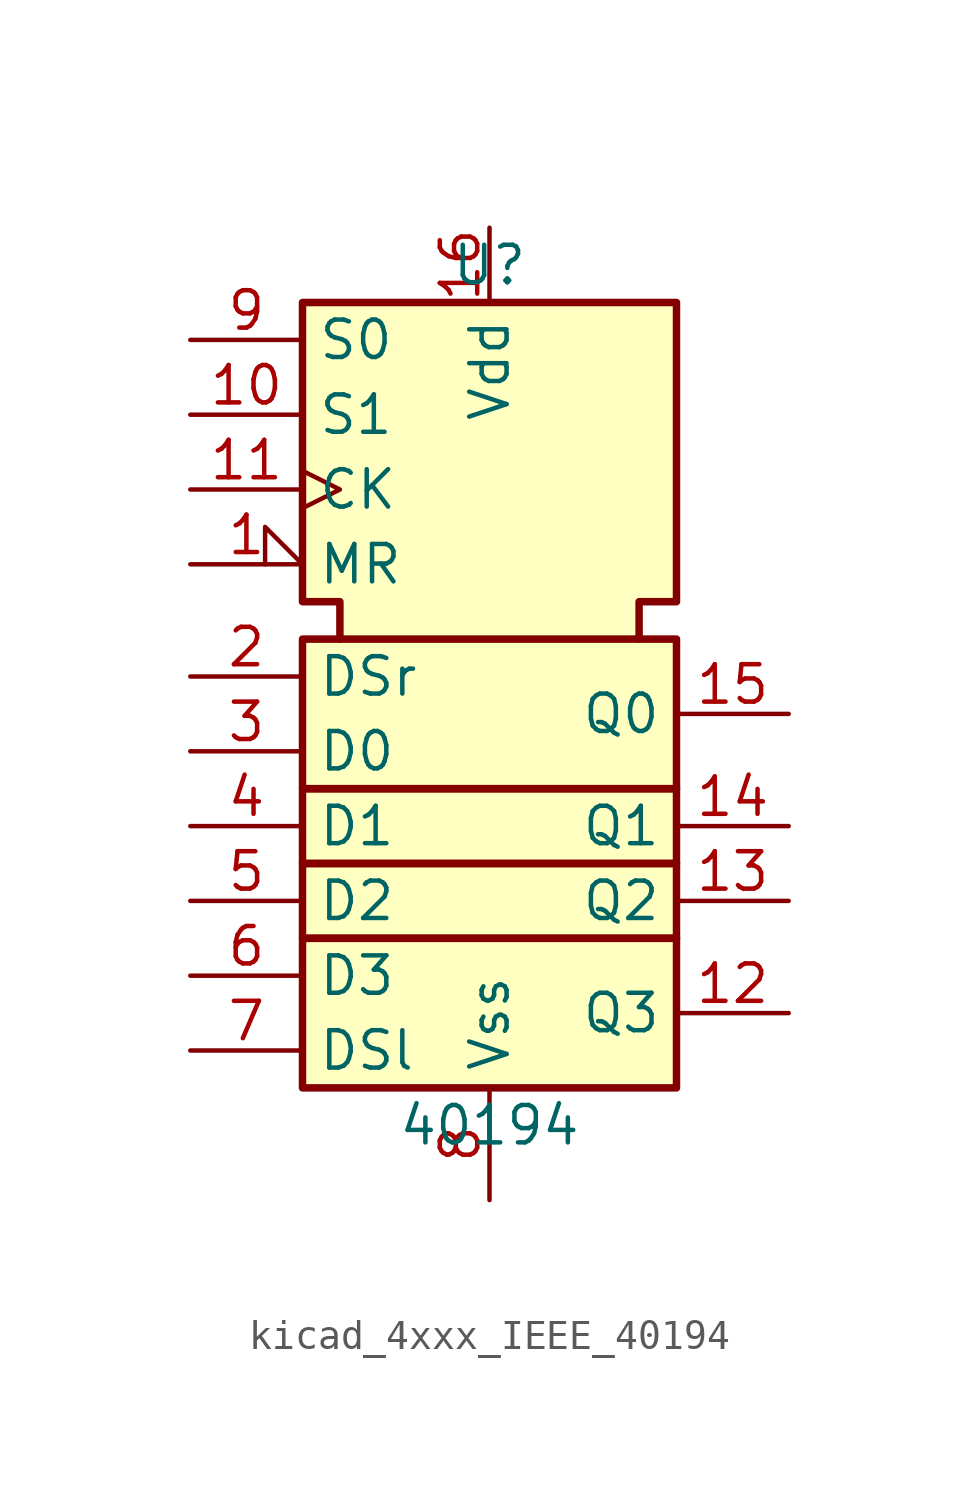
<source format=kicad_sym>
(kicad_symbol_lib
  (version 20220914)
  (generator kicad_symbol_editor)
  (symbol "kicad_4xxx_IEEE_40194"
    (property "Reference" "U"
      (at 0 13.97 0)
      (effects (font (size 1.27 1.27))))
    (property "Value" "40194"
      (at 0 -15.24 0)
      (effects (font (size 1.27 1.27))))
    (symbol "kicad_4xxx_IEEE_40194_0_0"
      (rectangle (start -6.35 -8.89) (end 6.35 -13.97) (stroke (width 0.254) (type default)) (fill (type background)))
      (rectangle (start -6.35 -6.35) (end 6.35 -8.89) (stroke (width 0.254) (type default)) (fill (type background))))
    (symbol "kicad_4xxx_IEEE_40194_0_1"
      (rectangle (start -6.35 -3.81) (end 6.35 -6.35) (stroke (width 0.254) (type default)) (fill (type background)))
      (rectangle (start -6.35 1.27) (end 6.35 -3.81) (stroke (width 0.254) (type default)) (fill (type background)))
      (polyline (pts (xy -5.08 1.27) (xy -5.08 2.54) (xy -6.35 2.54) (xy -6.35 12.7) (xy 6.35 12.7) (xy 6.35 2.54) (xy 5.08 2.54) (xy 5.08 1.27) (xy 5.08 1.27)) (stroke (width 0.254) (type default)) (fill (type background)))
      (pin power_in line (at 0 15.24 270) (length 2.54) (name "Vdd" (effects (font (size 1.27 1.27)))) (number "16" (effects (font (size 1.27 1.27)))))
      (pin power_in line (at 0 -17.78 90) (length 3.81) (name "Vss" (effects (font (size 1.27 1.27)))) (number "8" (effects (font (size 1.27 1.27))))))
    (symbol "kicad_4xxx_IEEE_40194_1_1"
      (pin input input_low (at -10.16 3.81 0) (length 3.81) (name "MR" (effects (font (size 1.27 1.27)))) (number "1" (effects (font (size 1.27 1.27)))))
      (pin input line (at -10.16 8.89 0) (length 3.81) (name "S1" (effects (font (size 1.27 1.27)))) (number "10" (effects (font (size 1.27 1.27)))))
      (pin input clock (at -10.16 6.35 0) (length 3.81) (name "CK" (effects (font (size 1.27 1.27)))) (number "11" (effects (font (size 1.27 1.27)))))
      (pin output line (at 10.16 -11.43 180) (length 3.81) (name "Q3" (effects (font (size 1.27 1.27)))) (number "12" (effects (font (size 1.27 1.27)))))
      (pin output line (at 10.16 -7.62 180) (length 3.81) (name "Q2" (effects (font (size 1.27 1.27)))) (number "13" (effects (font (size 1.27 1.27)))))
      (pin output line (at 10.16 -5.08 180) (length 3.81) (name "Q1" (effects (font (size 1.27 1.27)))) (number "14" (effects (font (size 1.27 1.27)))))
      (pin output line (at 10.16 -1.27 180) (length 3.81) (name "Q0" (effects (font (size 1.27 1.27)))) (number "15" (effects (font (size 1.27 1.27)))))
      (pin input line (at -10.16 0 0) (length 3.81) (name "DSr" (effects (font (size 1.27 1.27)))) (number "2" (effects (font (size 1.27 1.27)))))
      (pin input line (at -10.16 -2.54 0) (length 3.81) (name "D0" (effects (font (size 1.27 1.27)))) (number "3" (effects (font (size 1.27 1.27)))))
      (pin input line (at -10.16 -5.08 0) (length 3.81) (name "D1" (effects (font (size 1.27 1.27)))) (number "4" (effects (font (size 1.27 1.27)))))
      (pin input line (at -10.16 -7.62 0) (length 3.81) (name "D2" (effects (font (size 1.27 1.27)))) (number "5" (effects (font (size 1.27 1.27)))))
      (pin input line (at -10.16 -10.16 0) (length 3.81) (name "D3" (effects (font (size 1.27 1.27)))) (number "6" (effects (font (size 1.27 1.27)))))
      (pin input line (at -10.16 -12.7 0) (length 3.81) (name "DSl" (effects (font (size 1.27 1.27)))) (number "7" (effects (font (size 1.27 1.27)))))
      (pin input line (at -10.16 11.43 0) (length 3.81) (name "S0" (effects (font (size 1.27 1.27)))) (number "9" (effects (font (size 1.27 1.27))))))))
</source>
